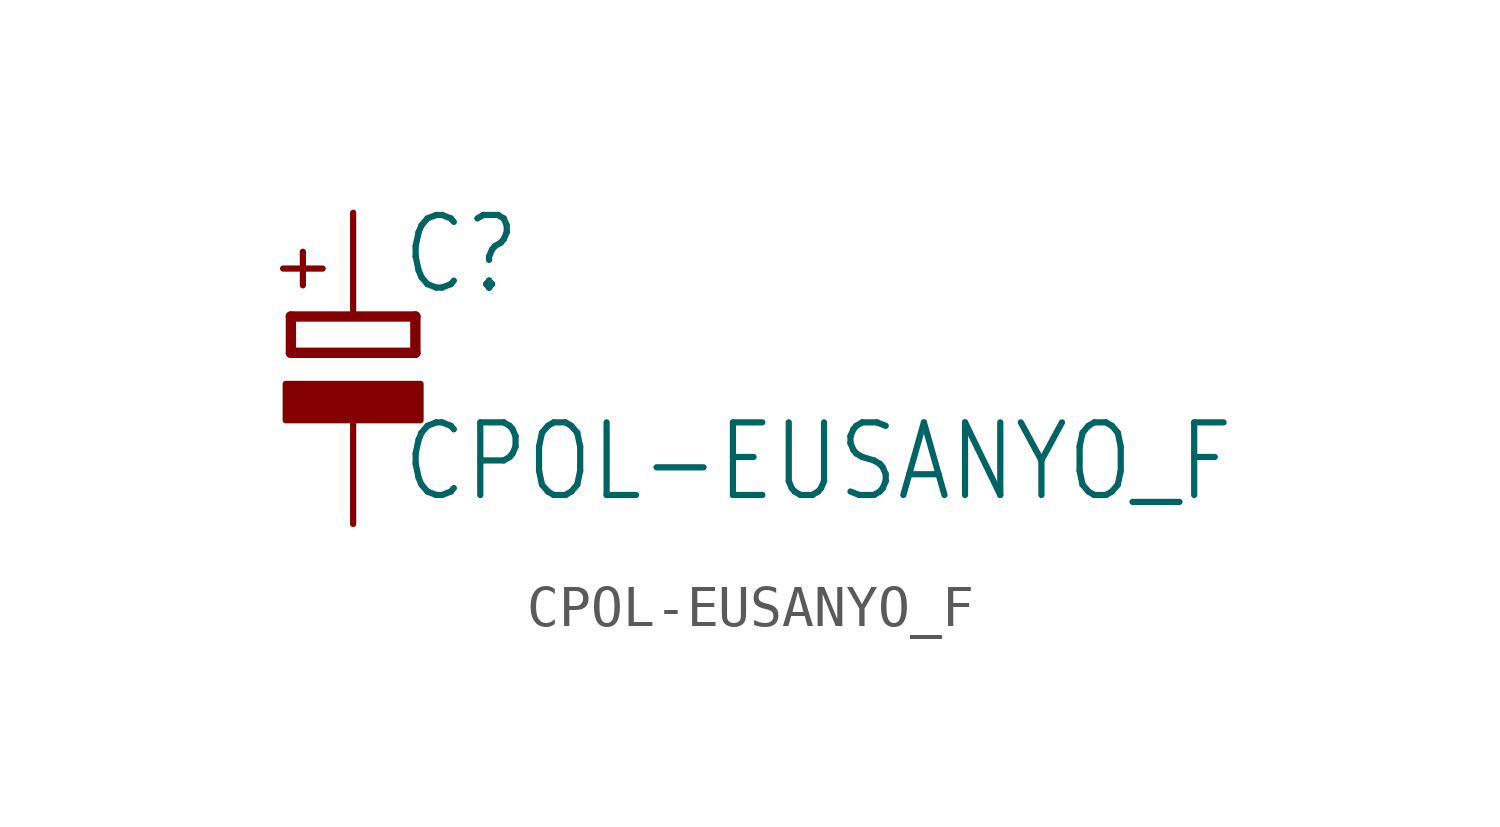
<source format=kicad_sym>
(kicad_symbol_lib
  (version 20210619)
  (generator kicad_symbol_editor)
  (symbol "CPOL-EUSANYO_F"
    (property "Reference" "C"
      (at 1.143 0.483 0)
      (effects (font (size 1.778 1.511)) (justify left bottom)))
    (property "Value" "CPOL-EUSANYO_F"
      (at 1.143 -4.597 0)
      (effects (font (size 1.778 1.511)) (justify left bottom)))
    (property "ki_locked" ""
      (at 0 0 0)
      (effects (font (size 1.27 1.27))))
    (symbol "CPOL-EUSANYO_F_1_0"
      (text "+" (at -0.584 0.406 900) (effects (font (size 1.27 1.079)) (justify left bottom)))
      (rectangle (start -1.651 -2.54) (end 1.651 -1.651) (stroke (width 0)) (fill (type outline)))
      (polyline (pts (xy -1.524 -0.889) (xy 1.524 -0.889)) (stroke (width 0.254)) (fill (type none)))
      (polyline (pts (xy -1.524 0) (xy -1.524 -0.889)) (stroke (width 0.254)) (fill (type none)))
      (polyline (pts (xy -1.524 0) (xy 1.524 0)) (stroke (width 0.254)) (fill (type none)))
      (polyline (pts (xy 1.524 -0.889) (xy 1.524 0)) (stroke (width 0.254)) (fill (type none)))
      (pin passive line (at 0 2.54 270) (length 2.54) (name "+" (effects (font (size 0 0)))) (number "+" (effects (font (size 0 0)))))
      (pin passive line (at 0 -5.08 90) (length 2.54) (name "-" (effects (font (size 0 0)))) (number "-" (effects (font (size 0 0))))))))
</source>
